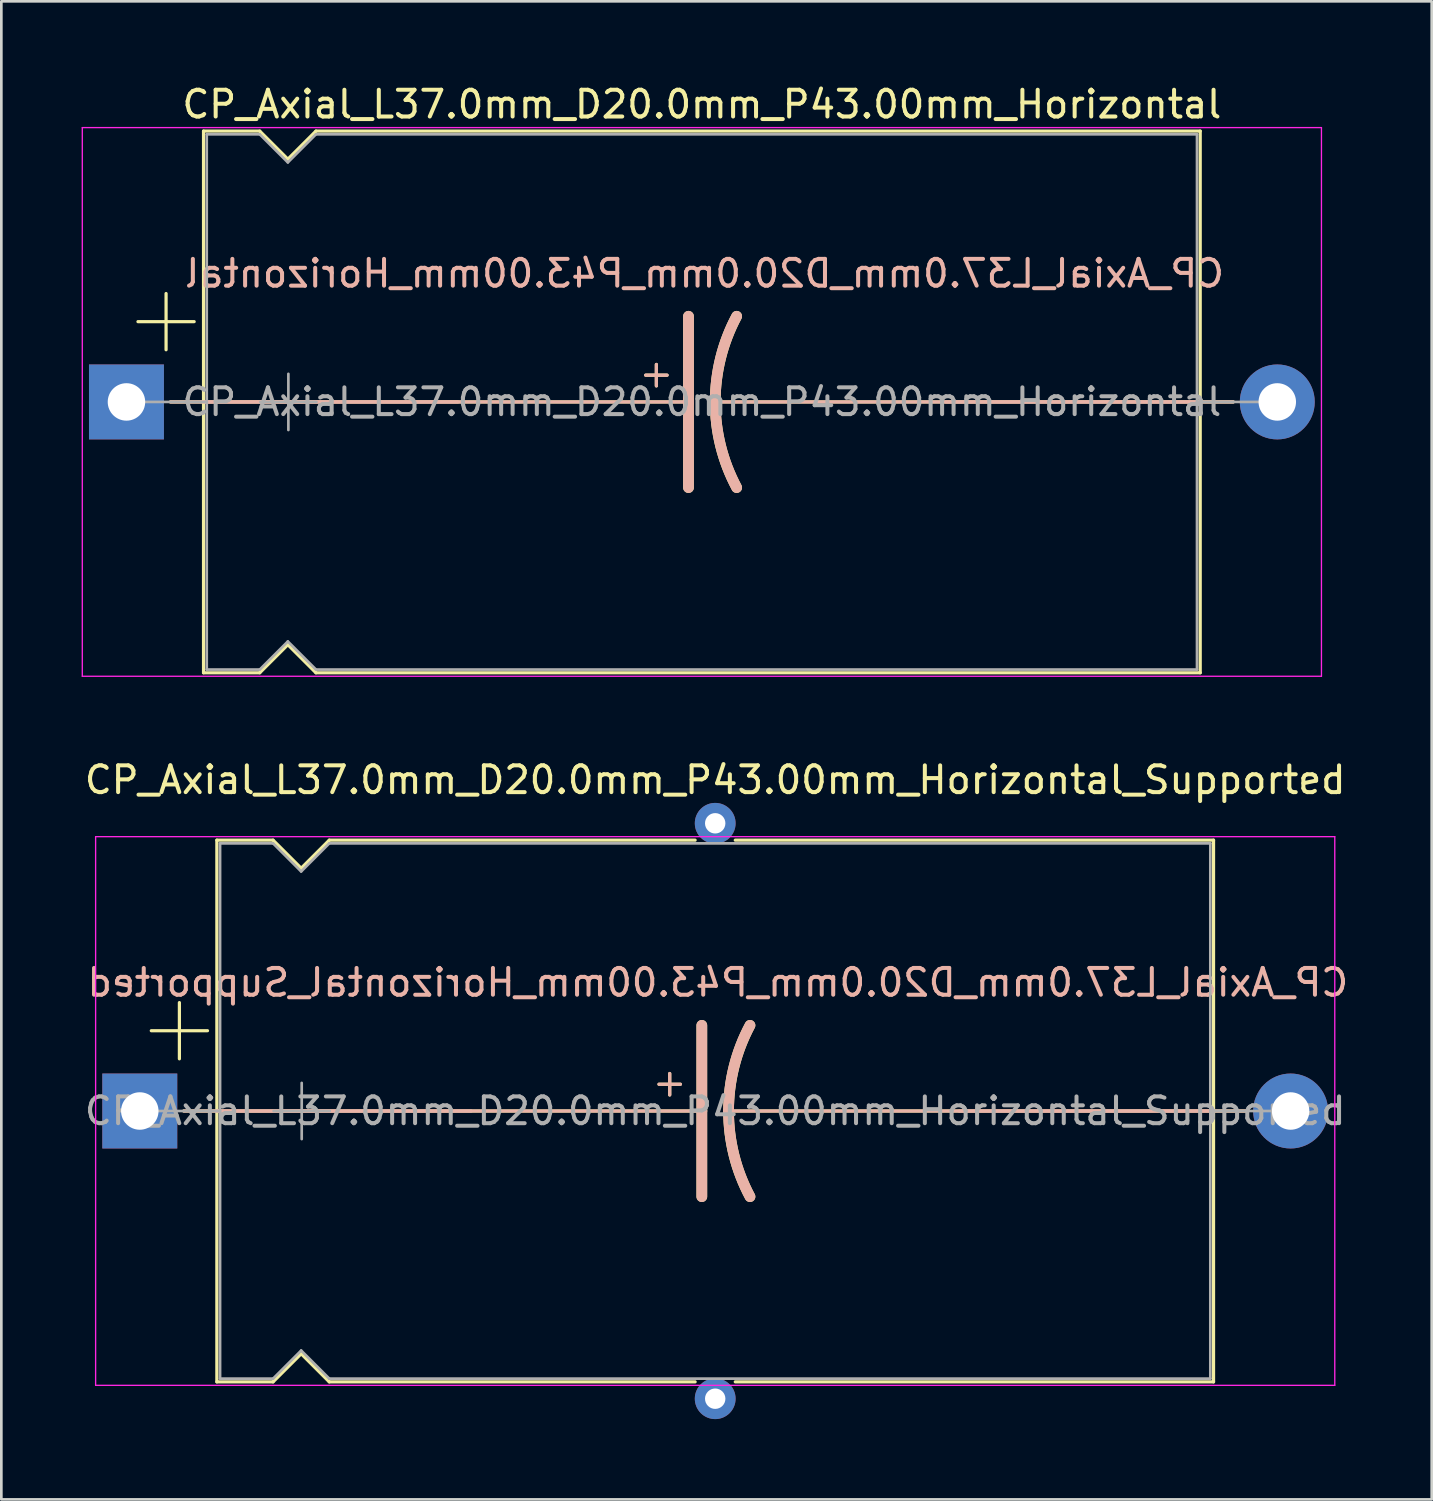
<source format=kicad_pcb>
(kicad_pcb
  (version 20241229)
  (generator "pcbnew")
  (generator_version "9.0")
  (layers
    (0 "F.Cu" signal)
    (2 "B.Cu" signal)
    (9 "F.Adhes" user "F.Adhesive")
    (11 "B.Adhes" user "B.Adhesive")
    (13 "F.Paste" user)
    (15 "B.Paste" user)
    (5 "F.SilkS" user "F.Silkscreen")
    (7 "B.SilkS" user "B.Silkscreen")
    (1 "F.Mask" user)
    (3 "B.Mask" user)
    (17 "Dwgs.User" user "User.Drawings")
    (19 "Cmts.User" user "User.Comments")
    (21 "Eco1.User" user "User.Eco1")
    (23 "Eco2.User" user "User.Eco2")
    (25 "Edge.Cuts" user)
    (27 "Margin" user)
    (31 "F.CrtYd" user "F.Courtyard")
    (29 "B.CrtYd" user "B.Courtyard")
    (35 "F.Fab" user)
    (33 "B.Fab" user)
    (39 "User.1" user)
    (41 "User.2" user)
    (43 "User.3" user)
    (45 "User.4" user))
  (footprint "CP_Axial_L37.0mm_D20.0mm_P43.00mm_Horizontal"
    (layer "F.Cu")
    (at 1.675 11.968)
    (property "Reference" "CP_Axial_L37.0mm_D20.0mm_P43.00mm_Horizontal" (at 21.5 -11.12 0) (layer "F.SilkS") (effects (font (size 1 1) (thickness 0.15))))
    (fp_line (start 0.43 -3) (end 2.53 -3) (stroke (width 0.12) (type solid)) (layer "F.SilkS"))
    (fp_line (start 1.48 -4.05) (end 1.48 -1.95) (stroke (width 0.12) (type solid)) (layer "F.SilkS"))
    (fp_line (start 1.64 0) (end 2.88 0) (stroke (width 0.12) (type solid)) (layer "F.SilkS"))
    (fp_line (start 2.88 -10.12) (end 2.88 10.12) (stroke (width 0.12) (type solid)) (layer "F.SilkS"))
    (fp_line (start 2.88 -10.12) (end 4.98 -10.12) (stroke (width 0.12) (type solid)) (layer "F.SilkS"))
    (fp_line (start 2.88 0) (end 21 0) (stroke (width 0.12) (type solid)) (layer "F.SilkS"))
    (fp_line (start 2.88 10.12) (end 4.98 10.12) (stroke (width 0.12) (type solid)) (layer "F.SilkS"))
    (fp_line (start 4.98 -10.12) (end 6.03 -9.07) (stroke (width 0.12) (type solid)) (layer "F.SilkS"))
    (fp_line (start 4.98 10.12) (end 6.03 9.07) (stroke (width 0.12) (type solid)) (layer "F.SilkS"))
    (fp_line (start 6.03 -9.07) (end 7.08 -10.12) (stroke (width 0.12) (type solid)) (layer "F.SilkS"))
    (fp_line (start 6.03 9.07) (end 7.08 10.12) (stroke (width 0.12) (type solid)) (layer "F.SilkS"))
    (fp_line (start 7.08 -10.12) (end 40.12 -10.12) (stroke (width 0.12) (type solid)) (layer "F.SilkS"))
    (fp_line (start 7.08 10.12) (end 40.12 10.12) (stroke (width 0.12) (type solid)) (layer "F.SilkS"))
    (fp_line (start 19.4 -1) (end 20.2 -1) (stroke (width 0.12) (type solid)) (layer "F.SilkS"))
    (fp_line (start 19.8 -1.4) (end 19.8 -0.6) (stroke (width 0.12) (type solid)) (layer "F.SilkS"))
    (fp_line (start 21 0) (end 21 -3.2) (stroke (width 0.4) (type solid)) (layer "F.SilkS"))
    (fp_line (start 21 0) (end 21 3.2) (stroke (width 0.4) (type solid)) (layer "F.SilkS"))
    (fp_line (start 40.12 -10.12) (end 40.12 10.12) (stroke (width 0.12) (type solid)) (layer "F.SilkS"))
    (fp_line (start 40.12 0) (end 22 0) (stroke (width 0.12) (type solid)) (layer "F.SilkS"))
    (fp_line (start 41.36 0) (end 40.12 0) (stroke (width 0.12) (type solid)) (layer "F.SilkS"))
    (fp_arc (start 22 0) (mid 22.203545 -1.649114) (end 22.8 -3.2) (stroke (width 0.4) (type solid)) (layer "F.SilkS"))
    (fp_arc (start 22.8 3.2) (mid 22.200704 1.649824) (end 22 0) (stroke (width 0.4) (type solid)) (layer "F.SilkS"))
    (fp_line (start 1.65 0) (end 12.38 0) (stroke (width 0.12) (type solid)) (layer "B.SilkS"))
    (fp_line (start 2.88 0) (end 21 0) (stroke (width 0.12) (type solid)) (layer "B.SilkS"))
    (fp_line (start 19.4 -1) (end 20.2 -1) (stroke (width 0.12) (type solid)) (layer "B.SilkS"))
    (fp_line (start 19.8 -0.6) (end 19.8 -1.4) (stroke (width 0.12) (type solid)) (layer "B.SilkS"))
    (fp_line (start 21 0) (end 21 -3.2) (stroke (width 0.4) (type solid)) (layer "B.SilkS"))
    (fp_line (start 21 0) (end 21 3.2) (stroke (width 0.4) (type solid)) (layer "B.SilkS"))
    (fp_line (start 40.12 0) (end 22 0) (stroke (width 0.12) (type solid)) (layer "B.SilkS"))
    (fp_line (start 41.35 0) (end 30.62 0) (stroke (width 0.12) (type solid)) (layer "B.SilkS"))
    (fp_arc (start 22 0) (mid 22.200703 -1.649824) (end 22.8 -3.2) (stroke (width 0.4) (type solid)) (layer "B.SilkS"))
    (fp_arc (start 22.8 3.2) (mid 22.203544 1.649114) (end 22 0) (stroke (width 0.4) (type solid)) (layer "B.SilkS"))
    (fp_line (start -1.65 -10.25) (end -1.65 10.25) (stroke (width 0.05) (type solid)) (layer "F.CrtYd"))
    (fp_line (start -1.65 10.25) (end 44.65 10.25) (stroke (width 0.05) (type solid)) (layer "F.CrtYd"))
    (fp_line (start 44.65 -10.25) (end -1.65 -10.25) (stroke (width 0.05) (type solid)) (layer "F.CrtYd"))
    (fp_line (start 44.65 10.25) (end 44.65 -10.25) (stroke (width 0.05) (type solid)) (layer "F.CrtYd"))
    (fp_line (start 0 0) (end 3 0) (stroke (width 0.1) (type solid)) (layer "F.Fab"))
    (fp_line (start 3 -10) (end 3 10) (stroke (width 0.1) (type solid)) (layer "F.Fab"))
    (fp_line (start 3 -10) (end 4.98 -10) (stroke (width 0.1) (type solid)) (layer "F.Fab"))
    (fp_line (start 3 10) (end 4.98 10) (stroke (width 0.1) (type solid)) (layer "F.Fab"))
    (fp_line (start 4.98 -10) (end 6.03 -8.95) (stroke (width 0.1) (type solid)) (layer "F.Fab"))
    (fp_line (start 4.98 10) (end 6.03 8.95) (stroke (width 0.1) (type solid)) (layer "F.Fab"))
    (fp_line (start 5 0) (end 7.1 0) (stroke (width 0.1) (type solid)) (layer "F.Fab"))
    (fp_line (start 6.03 -8.95) (end 7.08 -10) (stroke (width 0.1) (type solid)) (layer "F.Fab"))
    (fp_line (start 6.03 8.95) (end 7.08 10) (stroke (width 0.1) (type solid)) (layer "F.Fab"))
    (fp_line (start 6.05 -1.05) (end 6.05 1.05) (stroke (width 0.1) (type solid)) (layer "F.Fab"))
    (fp_line (start 7.08 -10) (end 40 -10) (stroke (width 0.1) (type solid)) (layer "F.Fab"))
    (fp_line (start 7.08 10) (end 40 10) (stroke (width 0.1) (type solid)) (layer "F.Fab"))
    (fp_line (start 40 -10) (end 40 10) (stroke (width 0.1) (type solid)) (layer "F.Fab"))
    (fp_line (start 43 0) (end 40 0) (stroke (width 0.1) (type solid)) (layer "F.Fab"))
    (fp_text user "${REFERENCE}" (at 21.6 -4.8 0) (layer "B.SilkS") (effects (font (size 1 1) (thickness 0.15)) (justify mirror)))
    (fp_text user "${REFERENCE}" (at 21.5 0 0) (layer "F.Fab") (effects (font (size 1 1) (thickness 0.15))))
    (pad "1" thru_hole rect (at 0 0) (size 2.8 2.8) (drill 1.4) (layers "*.Cu" "*.Mask"))
    (pad "2" thru_hole oval (at 43 0) (size 2.8 2.8) (drill 1.4) (layers "*.Cu" "*.Mask")))
  (footprint "CP_Axial_L37.0mm_D20.0mm_P43.00mm_Horizontal_Supported"
    (layer "F.Cu")
    (at 2.173 38.462)
    (property "Reference" "CP_Axial_L37.0mm_D20.0mm_P43.00mm_Horizontal_Supported" (at 21.5 -12.37 0) (layer "F.SilkS") (effects (font (size 1 1) (thickness 0.15))))
    (fp_line (start 0.43 -3) (end 2.53 -3) (stroke (width 0.12) (type solid)) (layer "F.SilkS"))
    (fp_line (start 1.48 -4.05) (end 1.48 -1.95) (stroke (width 0.12) (type solid)) (layer "F.SilkS"))
    (fp_line (start 1.64 0) (end 2.88 0) (stroke (width 0.12) (type solid)) (layer "F.SilkS"))
    (fp_line (start 2.88 -10.12) (end 2.88 10.12) (stroke (width 0.12) (type solid)) (layer "F.SilkS"))
    (fp_line (start 2.88 -10.12) (end 4.98 -10.12) (stroke (width 0.12) (type solid)) (layer "F.SilkS"))
    (fp_line (start 2.88 0) (end 21 0) (stroke (width 0.12) (type solid)) (layer "F.SilkS"))
    (fp_line (start 2.88 10.12) (end 4.98 10.12) (stroke (width 0.12) (type solid)) (layer "F.SilkS"))
    (fp_line (start 4.98 -10.12) (end 6.03 -9.07) (stroke (width 0.12) (type solid)) (layer "F.SilkS"))
    (fp_line (start 4.98 10.12) (end 6.03 9.07) (stroke (width 0.12) (type solid)) (layer "F.SilkS"))
    (fp_line (start 6.03 -9.07) (end 7.08 -10.12) (stroke (width 0.12) (type solid)) (layer "F.SilkS"))
    (fp_line (start 6.03 9.07) (end 7.08 10.12) (stroke (width 0.12) (type solid)) (layer "F.SilkS"))
    (fp_line (start 7.08 -10.12) (end 20.75 -10.12) (stroke (width 0.12) (type solid)) (layer "F.SilkS"))
    (fp_line (start 7.08 10.12) (end 20.75 10.12) (stroke (width 0.12) (type solid)) (layer "F.SilkS"))
    (fp_line (start 19.4 -1) (end 20.2 -1) (stroke (width 0.12) (type solid)) (layer "F.SilkS"))
    (fp_line (start 19.8 -1.4) (end 19.8 -0.6) (stroke (width 0.12) (type solid)) (layer "F.SilkS"))
    (fp_line (start 21 0) (end 21 -3.2) (stroke (width 0.4) (type solid)) (layer "F.SilkS"))
    (fp_line (start 21 0) (end 21 3.2) (stroke (width 0.4) (type solid)) (layer "F.SilkS"))
    (fp_line (start 22.25 -10.12) (end 40.12 -10.12) (stroke (width 0.12) (type solid)) (layer "F.SilkS"))
    (fp_line (start 22.25 10.12) (end 40.12 10.12) (stroke (width 0.12) (type solid)) (layer "F.SilkS"))
    (fp_line (start 40.12 -10.12) (end 40.12 10.12) (stroke (width 0.12) (type solid)) (layer "F.SilkS"))
    (fp_line (start 40.12 0) (end 22 0) (stroke (width 0.12) (type solid)) (layer "F.SilkS"))
    (fp_line (start 41.36 0) (end 40.12 0) (stroke (width 0.12) (type solid)) (layer "F.SilkS"))
    (fp_arc (start 22 0) (mid 22.203545 -1.649114) (end 22.8 -3.2) (stroke (width 0.4) (type solid)) (layer "F.SilkS"))
    (fp_arc (start 22.8 3.2) (mid 22.200704 1.649824) (end 22 0) (stroke (width 0.4) (type solid)) (layer "F.SilkS"))
    (fp_line (start 1.65 0) (end 12.38 0) (stroke (width 0.12) (type solid)) (layer "B.SilkS"))
    (fp_line (start 2.88 0) (end 21 0) (stroke (width 0.12) (type solid)) (layer "B.SilkS"))
    (fp_line (start 19.4 -1) (end 20.2 -1) (stroke (width 0.12) (type solid)) (layer "B.SilkS"))
    (fp_line (start 19.8 -0.6) (end 19.8 -1.4) (stroke (width 0.12) (type solid)) (layer "B.SilkS"))
    (fp_line (start 21 0) (end 21 -3.2) (stroke (width 0.4) (type solid)) (layer "B.SilkS"))
    (fp_line (start 21 0) (end 21 3.2) (stroke (width 0.4) (type solid)) (layer "B.SilkS"))
    (fp_line (start 40.12 0) (end 22 0) (stroke (width 0.12) (type solid)) (layer "B.SilkS"))
    (fp_line (start 41.35 0) (end 30.62 0) (stroke (width 0.12) (type solid)) (layer "B.SilkS"))
    (fp_arc (start 22 0) (mid 22.200703 -1.649824) (end 22.8 -3.2) (stroke (width 0.4) (type solid)) (layer "B.SilkS"))
    (fp_arc (start 22.8 3.2) (mid 22.203544 1.649114) (end 22 0) (stroke (width 0.4) (type solid)) (layer "B.SilkS"))
    (fp_line (start -1.65 -10.25) (end -1.65 10.25) (stroke (width 0.05) (type solid)) (layer "F.CrtYd"))
    (fp_line (start -1.65 10.25) (end 44.65 10.25) (stroke (width 0.05) (type solid)) (layer "F.CrtYd"))
    (fp_line (start 44.65 -10.25) (end -1.65 -10.25) (stroke (width 0.05) (type solid)) (layer "F.CrtYd"))
    (fp_line (start 44.65 10.25) (end 44.65 -10.25) (stroke (width 0.05) (type solid)) (layer "F.CrtYd"))
    (fp_line (start 0 0) (end 3 0) (stroke (width 0.1) (type solid)) (layer "F.Fab"))
    (fp_line (start 3 -10) (end 3 10) (stroke (width 0.1) (type solid)) (layer "F.Fab"))
    (fp_line (start 3 -10) (end 4.98 -10) (stroke (width 0.1) (type solid)) (layer "F.Fab"))
    (fp_line (start 3 10) (end 4.98 10) (stroke (width 0.1) (type solid)) (layer "F.Fab"))
    (fp_line (start 4.98 -10) (end 6.03 -8.95) (stroke (width 0.1) (type solid)) (layer "F.Fab"))
    (fp_line (start 4.98 10) (end 6.03 8.95) (stroke (width 0.1) (type solid)) (layer "F.Fab"))
    (fp_line (start 5 0) (end 7.1 0) (stroke (width 0.1) (type solid)) (layer "F.Fab"))
    (fp_line (start 6.03 -8.95) (end 7.08 -10) (stroke (width 0.1) (type solid)) (layer "F.Fab"))
    (fp_line (start 6.03 8.95) (end 7.08 10) (stroke (width 0.1) (type solid)) (layer "F.Fab"))
    (fp_line (start 6.05 -1.05) (end 6.05 1.05) (stroke (width 0.1) (type solid)) (layer "F.Fab"))
    (fp_line (start 7.08 -10) (end 40 -10) (stroke (width 0.1) (type solid)) (layer "F.Fab"))
    (fp_line (start 7.08 10) (end 40 10) (stroke (width 0.1) (type solid)) (layer "F.Fab"))
    (fp_line (start 40 -10) (end 40 10) (stroke (width 0.1) (type solid)) (layer "F.Fab"))
    (fp_line (start 43 0) (end 40 0) (stroke (width 0.1) (type solid)) (layer "F.Fab"))
    (fp_text user "${REFERENCE}" (at 21.6 -4.8 0) (layer "B.SilkS") (effects (font (size 1 1) (thickness 0.15)) (justify mirror)))
    (fp_text user "${REFERENCE}" (at 21.5 0 0) (layer "F.Fab") (effects (font (size 1 1) (thickness 0.15))))
    (pad "" thru_hole circle (at 21.5 -10.75) (size 1.524 1.524) (drill 0.762) (layers "*.Cu" "*.Mask"))
    (pad "" thru_hole circle (at 21.5 10.75) (size 1.524 1.524) (drill 0.762) (layers "*.Cu" "*.Mask"))
    (pad "1" thru_hole rect (at 0 0) (size 2.8 2.8) (drill 1.4) (layers "*.Cu" "*.Mask"))
    (pad "2" thru_hole oval (at 43 0) (size 2.8 2.8) (drill 1.4) (layers "*.Cu" "*.Mask")))
  (gr_rect
    (start -3 -3)
    (end 50.445 52.974)
    (stroke (width 0.1) (type default))
    (fill no)
    (layer "Edge.Cuts")))
</source>
